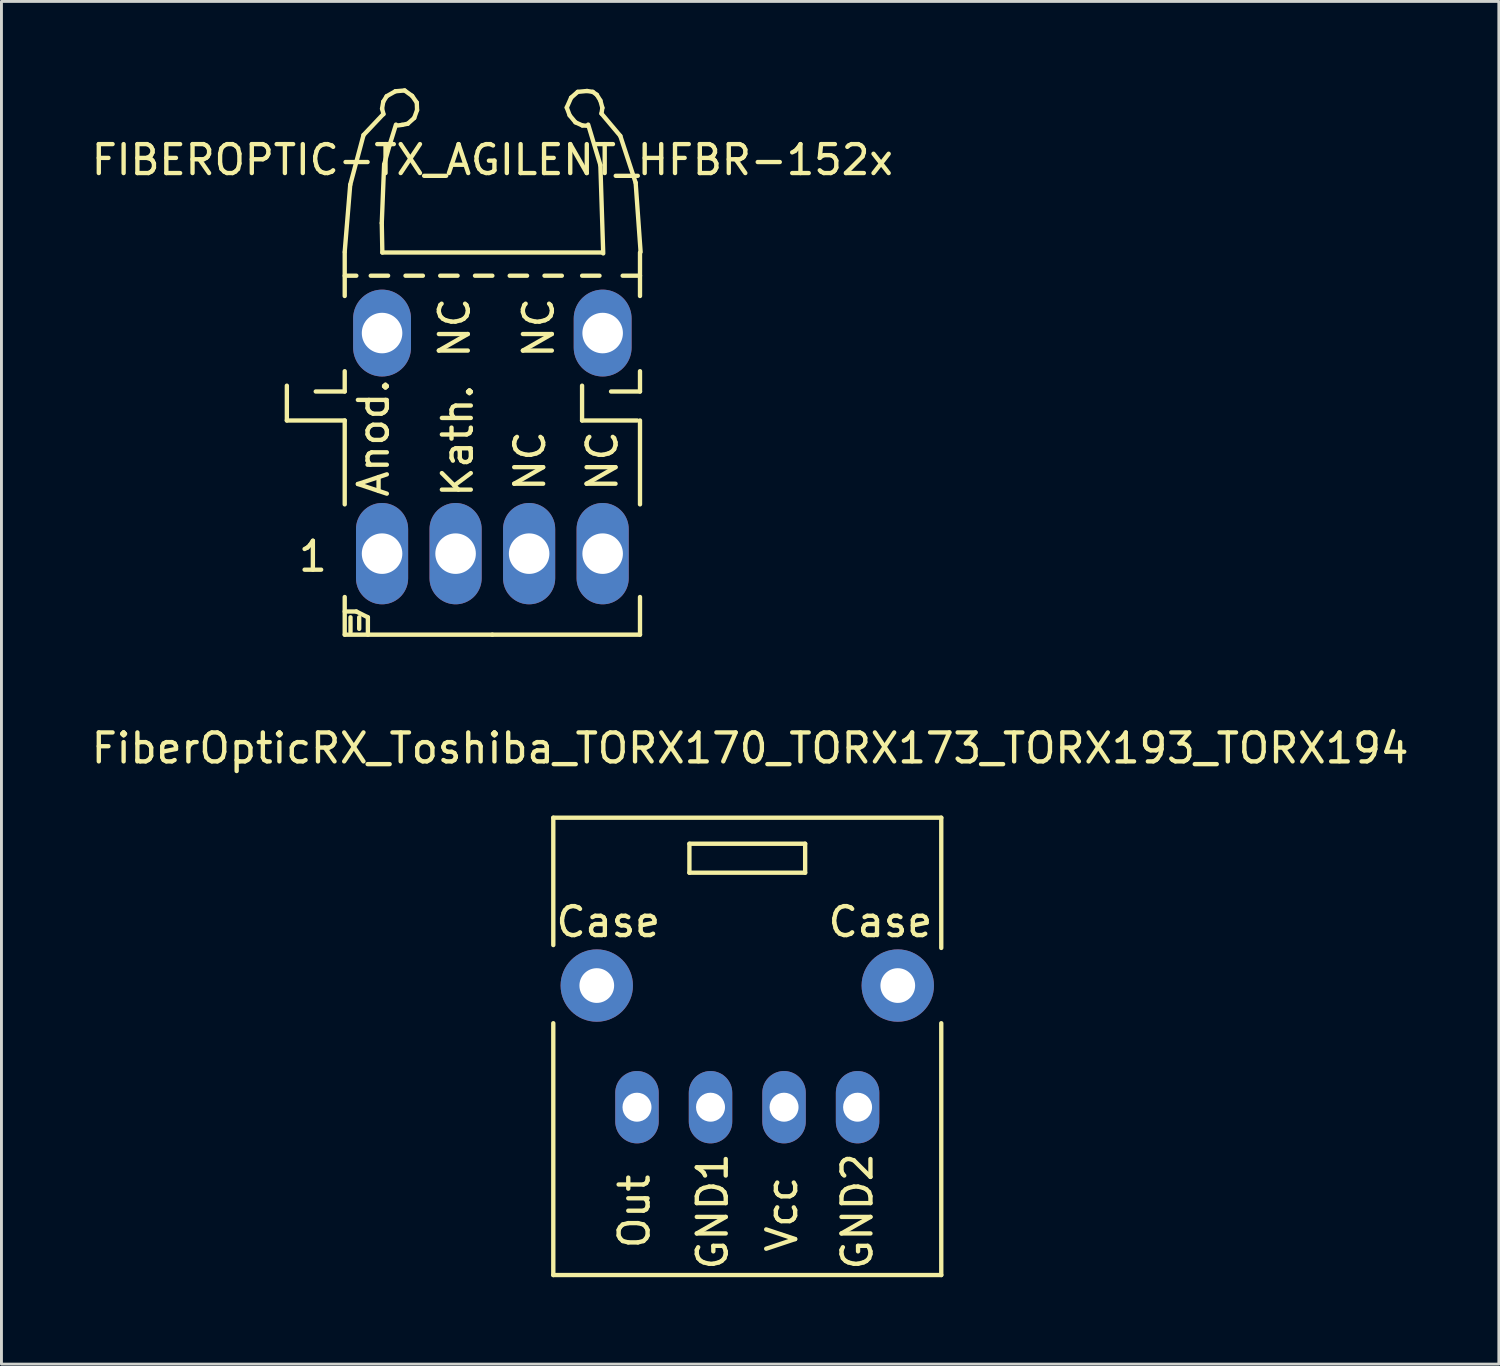
<source format=kicad_pcb>
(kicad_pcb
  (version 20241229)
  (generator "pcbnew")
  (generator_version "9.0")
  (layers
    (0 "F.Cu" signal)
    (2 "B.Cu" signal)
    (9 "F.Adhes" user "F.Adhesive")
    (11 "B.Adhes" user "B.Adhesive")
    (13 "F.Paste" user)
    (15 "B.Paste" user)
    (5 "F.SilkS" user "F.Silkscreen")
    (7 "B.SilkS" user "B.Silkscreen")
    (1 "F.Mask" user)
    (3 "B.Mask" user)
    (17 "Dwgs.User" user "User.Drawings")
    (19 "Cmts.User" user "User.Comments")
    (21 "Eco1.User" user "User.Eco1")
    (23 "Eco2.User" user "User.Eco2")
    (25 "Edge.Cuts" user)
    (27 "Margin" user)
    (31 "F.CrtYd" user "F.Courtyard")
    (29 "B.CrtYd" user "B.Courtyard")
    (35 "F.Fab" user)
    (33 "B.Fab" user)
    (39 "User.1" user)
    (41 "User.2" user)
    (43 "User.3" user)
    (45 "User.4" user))
  (footprint "FiberOpticRX_Toshiba_TORX170_TORX173_TORX193_TORX194"
    (layer "F.Cu")
    (at 22.764 33.096)
    (property "Reference" "FiberOpticRX_Toshiba_TORX170_TORX173_TORX193_TORX194" (at 0.099 -10.3 0) (layer "F.SilkS") (effects (font (size 1 1) (thickness 0.15))))
    (attr through_hole)
    (fp_line (start -6.701 -7.899) (end -6.701 -3.5) (stroke (width 0.15) (type solid)) (layer "F.SilkS"))
    (fp_line (start -6.701 7.899) (end -6.701 -0.8) (stroke (width 0.15) (type solid)) (layer "F.SilkS"))
    (fp_line (start -6.701 7.899) (end 6.701 7.899) (stroke (width 0.15) (type solid)) (layer "F.SilkS"))
    (fp_line (start -1.999 -7) (end 1.999 -7) (stroke (width 0.15) (type solid)) (layer "F.SilkS"))
    (fp_line (start -1.999 -5.999) (end -1.999 -7) (stroke (width 0.15) (type solid)) (layer "F.SilkS"))
    (fp_line (start 1.999 -7) (end 1.999 -5.999) (stroke (width 0.15) (type solid)) (layer "F.SilkS"))
    (fp_line (start 1.999 -5.999) (end -1.999 -5.999) (stroke (width 0.15) (type solid)) (layer "F.SilkS"))
    (fp_line (start 6.701 -7.899) (end -6.701 -7.899) (stroke (width 0.15) (type solid)) (layer "F.SilkS"))
    (fp_line (start 6.701 -7.899) (end 6.701 -3.401) (stroke (width 0.15) (type solid)) (layer "F.SilkS"))
    (fp_line (start 6.701 7.899) (end 6.701 -0.8) (stroke (width 0.15) (type solid)) (layer "F.SilkS"))
    (fp_text user "Vcc" (at 1.199 5.799 90) (layer "F.SilkS") (effects (font (size 1 1) (thickness 0.15))))
    (fp_text user "Case" (at -4.801 -4.3 0) (layer "F.SilkS") (effects (font (size 1 1) (thickness 0.15))))
    (fp_text user "Out" (at -3.899 5.7 90) (layer "F.SilkS") (effects (font (size 1 1) (thickness 0.15))))
    (fp_text user "Case" (at 4.6 -4.3 0) (layer "F.SilkS") (effects (font (size 1 1) (thickness 0.15))))
    (fp_text user "GND1" (at -1.199 5.7 90) (layer "F.SilkS") (effects (font (size 1 1) (thickness 0.15))))
    (fp_text user "GND2" (at 3.8 5.7 90) (layer "F.SilkS") (effects (font (size 1 1) (thickness 0.15))))
    (pad "1" thru_hole oval (at -3.81 2.101) (size 1.501 2.499) (drill 1.001) (layers "*.Cu" "*.Mask"))
    (pad "2" thru_hole oval (at -1.27 2.101) (size 1.501 2.499) (drill 1.001) (layers "*.Cu" "*.Mask"))
    (pad "3" thru_hole oval (at 1.27 2.101) (size 1.501 2.499) (drill 1.001) (layers "*.Cu" "*.Mask"))
    (pad "4" thru_hole oval (at 3.81 2.101) (size 1.501 2.499) (drill 1.001) (layers "*.Cu" "*.Mask"))
    (pad "5" thru_hole circle (at 5.199 -2.101) (size 2.499 2.499) (drill 1.199) (layers "*.Cu" "*.Mask"))
    (pad "6" thru_hole circle (at -5.199 -2.101) (size 2.499 2.499) (drill 1.199) (layers "*.Cu" "*.Mask")))
  (footprint "FIBEROPTIC-TX_AGILENT_HFBR-152x"
    (layer "F.Cu")
    (at 13.958 10.474)
    (property "Reference" "FIBEROPTIC-TX_AGILENT_HFBR-152x" (at 0 -8.001 0) (layer "F.SilkS") (effects (font (size 1 1) (thickness 0.15))))
    (attr through_hole)
    (fp_line (start -7.099 1.001) (end -7.099 -0.201) (stroke (width 0.15) (type solid)) (layer "F.SilkS"))
    (fp_line (start -6.101 0) (end -5.1 0) (stroke (width 0.15) (type solid)) (layer "F.SilkS"))
    (fp_line (start -5.1 -4.831) (end -4.91 -7.14) (stroke (width 0.15) (type solid)) (layer "F.SilkS"))
    (fp_line (start -5.1 -4.801) (end -5.1 -3.299) (stroke (width 0.15) (type solid)) (layer "F.SilkS"))
    (fp_line (start -5.1 0) (end -5.1 -0.701) (stroke (width 0.15) (type solid)) (layer "F.SilkS"))
    (fp_line (start -5.1 1.001) (end -7.099 1.001) (stroke (width 0.15) (type solid)) (layer "F.SilkS"))
    (fp_line (start -5.1 1.001) (end -5.1 3.899) (stroke (width 0.15) (type solid)) (layer "F.SilkS"))
    (fp_line (start -5.1 7.6) (end -4.699 7.6) (stroke (width 0.15) (type solid)) (layer "F.SilkS"))
    (fp_line (start -5.1 8.4) (end -5.1 7.099) (stroke (width 0.15) (type solid)) (layer "F.SilkS"))
    (fp_line (start -4.91 -7.14) (end -4.45 -8.86) (stroke (width 0.15) (type solid)) (layer "F.SilkS"))
    (fp_line (start -4.9 7.8) (end -4.9 8.301) (stroke (width 0.15) (type solid)) (layer "F.SilkS"))
    (fp_line (start -4.699 -4) (end -5.1 -4) (stroke (width 0.15) (type solid)) (layer "F.SilkS"))
    (fp_line (start -4.699 7.6) (end -4.3 7.8) (stroke (width 0.15) (type solid)) (layer "F.SilkS"))
    (fp_line (start -4.6 7.8) (end -4.6 8.199) (stroke (width 0.15) (type solid)) (layer "F.SilkS"))
    (fp_line (start -4.45 -8.86) (end -3.769 -9.581) (stroke (width 0.15) (type solid)) (layer "F.SilkS"))
    (fp_line (start -4.3 7.8) (end -4.3 8.4) (stroke (width 0.15) (type solid)) (layer "F.SilkS"))
    (fp_line (start -3.82 -5.819) (end -3.739 -7.841) (stroke (width 0.15) (type solid)) (layer "F.SilkS"))
    (fp_line (start -3.81 -9.769) (end -3.759 -9.581) (stroke (width 0.15) (type solid)) (layer "F.SilkS"))
    (fp_line (start -3.8 -4.801) (end -3.82 -5.819) (stroke (width 0.15) (type solid)) (layer "F.SilkS"))
    (fp_line (start -3.769 -10.01) (end -3.81 -9.769) (stroke (width 0.15) (type solid)) (layer "F.SilkS"))
    (fp_line (start -3.739 -7.841) (end -3.551 -8.509) (stroke (width 0.15) (type solid)) (layer "F.SilkS"))
    (fp_line (start -3.65 -10.201) (end -3.769 -10.01) (stroke (width 0.15) (type solid)) (layer "F.SilkS"))
    (fp_line (start -3.602 -4) (end -4.201 -4) (stroke (width 0.15) (type solid)) (layer "F.SilkS"))
    (fp_line (start -3.551 -8.509) (end -3.33 -9.22) (stroke (width 0.15) (type solid)) (layer "F.SilkS"))
    (fp_line (start -3.35 -10.371) (end -3.65 -10.201) (stroke (width 0.15) (type solid)) (layer "F.SilkS"))
    (fp_line (start -3.269 -9.19) (end -3.119 -9.21) (stroke (width 0.15) (type solid)) (layer "F.SilkS"))
    (fp_line (start -3.119 -9.21) (end -2.921 -9.251) (stroke (width 0.15) (type solid)) (layer "F.SilkS"))
    (fp_line (start -3.03 -10.399) (end -3.35 -10.371) (stroke (width 0.15) (type solid)) (layer "F.SilkS"))
    (fp_line (start -2.921 -9.251) (end -2.7 -9.449) (stroke (width 0.15) (type solid)) (layer "F.SilkS"))
    (fp_line (start -2.771 -10.211) (end -3.03 -10.399) (stroke (width 0.15) (type solid)) (layer "F.SilkS"))
    (fp_line (start -2.7 -9.449) (end -2.601 -9.721) (stroke (width 0.15) (type solid)) (layer "F.SilkS"))
    (fp_line (start -2.611 -9.98) (end -2.771 -10.211) (stroke (width 0.15) (type solid)) (layer "F.SilkS"))
    (fp_line (start -2.601 -9.721) (end -2.611 -9.98) (stroke (width 0.15) (type solid)) (layer "F.SilkS"))
    (fp_line (start -2.4 -4) (end -3 -4) (stroke (width 0.15) (type solid)) (layer "F.SilkS"))
    (fp_line (start -1.201 -4) (end -1.801 -4) (stroke (width 0.15) (type solid)) (layer "F.SilkS"))
    (fp_line (start 0 -4) (end -0.599 -4) (stroke (width 0.15) (type solid)) (layer "F.SilkS"))
    (fp_line (start 0 8.4) (end -5.1 8.4) (stroke (width 0.15) (type solid)) (layer "F.SilkS"))
    (fp_line (start 0 8.4) (end 5.1 8.4) (stroke (width 0.15) (type solid)) (layer "F.SilkS"))
    (fp_line (start 1.199 -4) (end 0.599 -4) (stroke (width 0.15) (type solid)) (layer "F.SilkS"))
    (fp_line (start 2.4 -4) (end 1.801 -4) (stroke (width 0.15) (type solid)) (layer "F.SilkS"))
    (fp_line (start 2.57 -9.809) (end 2.67 -9.54) (stroke (width 0.15) (type solid)) (layer "F.SilkS"))
    (fp_line (start 2.67 -9.54) (end 2.87 -9.299) (stroke (width 0.15) (type solid)) (layer "F.SilkS"))
    (fp_line (start 2.72 -10.15) (end 2.57 -9.809) (stroke (width 0.15) (type solid)) (layer "F.SilkS"))
    (fp_line (start 2.87 -9.299) (end 3.109 -9.19) (stroke (width 0.15) (type solid)) (layer "F.SilkS"))
    (fp_line (start 2.949 -10.351) (end 2.72 -10.15) (stroke (width 0.15) (type solid)) (layer "F.SilkS"))
    (fp_line (start 3.099 1.001) (end 3.099 -0.201) (stroke (width 0.15) (type solid)) (layer "F.SilkS"))
    (fp_line (start 3.109 -9.19) (end 3.269 -9.18) (stroke (width 0.15) (type solid)) (layer "F.SilkS"))
    (fp_line (start 3.269 -10.381) (end 2.949 -10.351) (stroke (width 0.15) (type solid)) (layer "F.SilkS"))
    (fp_line (start 3.47 -10.351) (end 3.269 -10.381) (stroke (width 0.15) (type solid)) (layer "F.SilkS"))
    (fp_line (start 3.609 -10.249) (end 3.47 -10.351) (stroke (width 0.15) (type solid)) (layer "F.SilkS"))
    (fp_line (start 3.701 -4) (end 3.101 -4) (stroke (width 0.15) (type solid)) (layer "F.SilkS"))
    (fp_line (start 3.731 -10.051) (end 3.609 -10.249) (stroke (width 0.15) (type solid)) (layer "F.SilkS"))
    (fp_line (start 3.731 -7.821) (end 3.31 -9.22) (stroke (width 0.15) (type solid)) (layer "F.SilkS"))
    (fp_line (start 3.769 -9.601) (end 3.8 -9.799) (stroke (width 0.15) (type solid)) (layer "F.SilkS"))
    (fp_line (start 3.8 -9.799) (end 3.731 -10.051) (stroke (width 0.15) (type solid)) (layer "F.SilkS"))
    (fp_line (start 3.8 -4.801) (end -3.8 -4.801) (stroke (width 0.15) (type solid)) (layer "F.SilkS"))
    (fp_line (start 3.83 -4.77) (end 3.731 -7.821) (stroke (width 0.15) (type solid)) (layer "F.SilkS"))
    (fp_line (start 4.42 -8.829) (end 3.769 -9.601) (stroke (width 0.15) (type solid)) (layer "F.SilkS"))
    (fp_line (start 4.95 -7.211) (end 4.42 -8.829) (stroke (width 0.15) (type solid)) (layer "F.SilkS"))
    (fp_line (start 5.001 1.001) (end 3.099 1.001) (stroke (width 0.15) (type solid)) (layer "F.SilkS"))
    (fp_line (start 5.1 -4) (end 4.501 -4) (stroke (width 0.15) (type solid)) (layer "F.SilkS"))
    (fp_line (start 5.1 -3.299) (end 5.1 -4.801) (stroke (width 0.15) (type solid)) (layer "F.SilkS"))
    (fp_line (start 5.1 0) (end 4.1 0) (stroke (width 0.15) (type solid)) (layer "F.SilkS"))
    (fp_line (start 5.1 0) (end 5.1 -0.701) (stroke (width 0.15) (type solid)) (layer "F.SilkS"))
    (fp_line (start 5.1 3.899) (end 5.1 1.001) (stroke (width 0.15) (type solid)) (layer "F.SilkS"))
    (fp_line (start 5.1 8.4) (end 5.1 7.099) (stroke (width 0.15) (type solid)) (layer "F.SilkS"))
    (fp_line (start 5.121 -4.821) (end 4.95 -7.211) (stroke (width 0.15) (type solid)) (layer "F.SilkS"))
    (fp_text user "NC" (at 1.3 2.4 90) (layer "F.SilkS") (effects (font (size 1 1) (thickness 0.15))))
    (fp_text user "NC" (at -1.303 -2.2 90) (layer "F.SilkS") (effects (font (size 1 1) (thickness 0.15))))
    (fp_text user "NC" (at 1.6 -2.2 90) (layer "F.SilkS") (effects (font (size 1 1) (thickness 0.15))))
    (fp_text user "Kath." (at -1.199 1.699 90) (layer "F.SilkS") (effects (font (size 1 1) (thickness 0.15))))
    (fp_text user "1" (at -6.2 5.7 0) (layer "F.SilkS") (effects (font (size 1 1) (thickness 0.15))))
    (fp_text user "NC" (at 3.8 2.4 90) (layer "F.SilkS") (effects (font (size 1 1) (thickness 0.15))))
    (fp_text user "Anod." (at -4.1 1.6 90) (layer "F.SilkS") (effects (font (size 1 1) (thickness 0.15))))
    (pad "1" thru_hole oval (at -3.81 5.601) (size 1.801 3.5) (drill 1.4) (layers "*.Cu" "*.Mask"))
    (pad "2" thru_hole oval (at -1.27 5.601) (size 1.801 3.5) (drill 1.4) (layers "*.Cu" "*.Mask"))
    (pad "3" thru_hole oval (at 1.27 5.601) (size 1.801 3.5) (drill 1.4) (layers "*.Cu" "*.Mask"))
    (pad "4" thru_hole oval (at 3.81 5.601) (size 1.801 3.5) (drill 1.4) (layers "*.Cu" "*.Mask"))
    (pad "5" thru_hole oval (at 3.81 -2.019) (size 1.999 3) (drill 1.4) (layers "*.Cu" "*.Mask"))
    (pad "6" thru_hole oval (at -3.81 -2.019) (size 1.999 3) (drill 1.4) (layers "*.Cu" "*.Mask")))
  (gr_rect
    (start -3 -3)
    (end 48.726 44.071)
    (stroke (width 0.1) (type default))
    (fill no)
    (layer "Edge.Cuts")))
</source>
